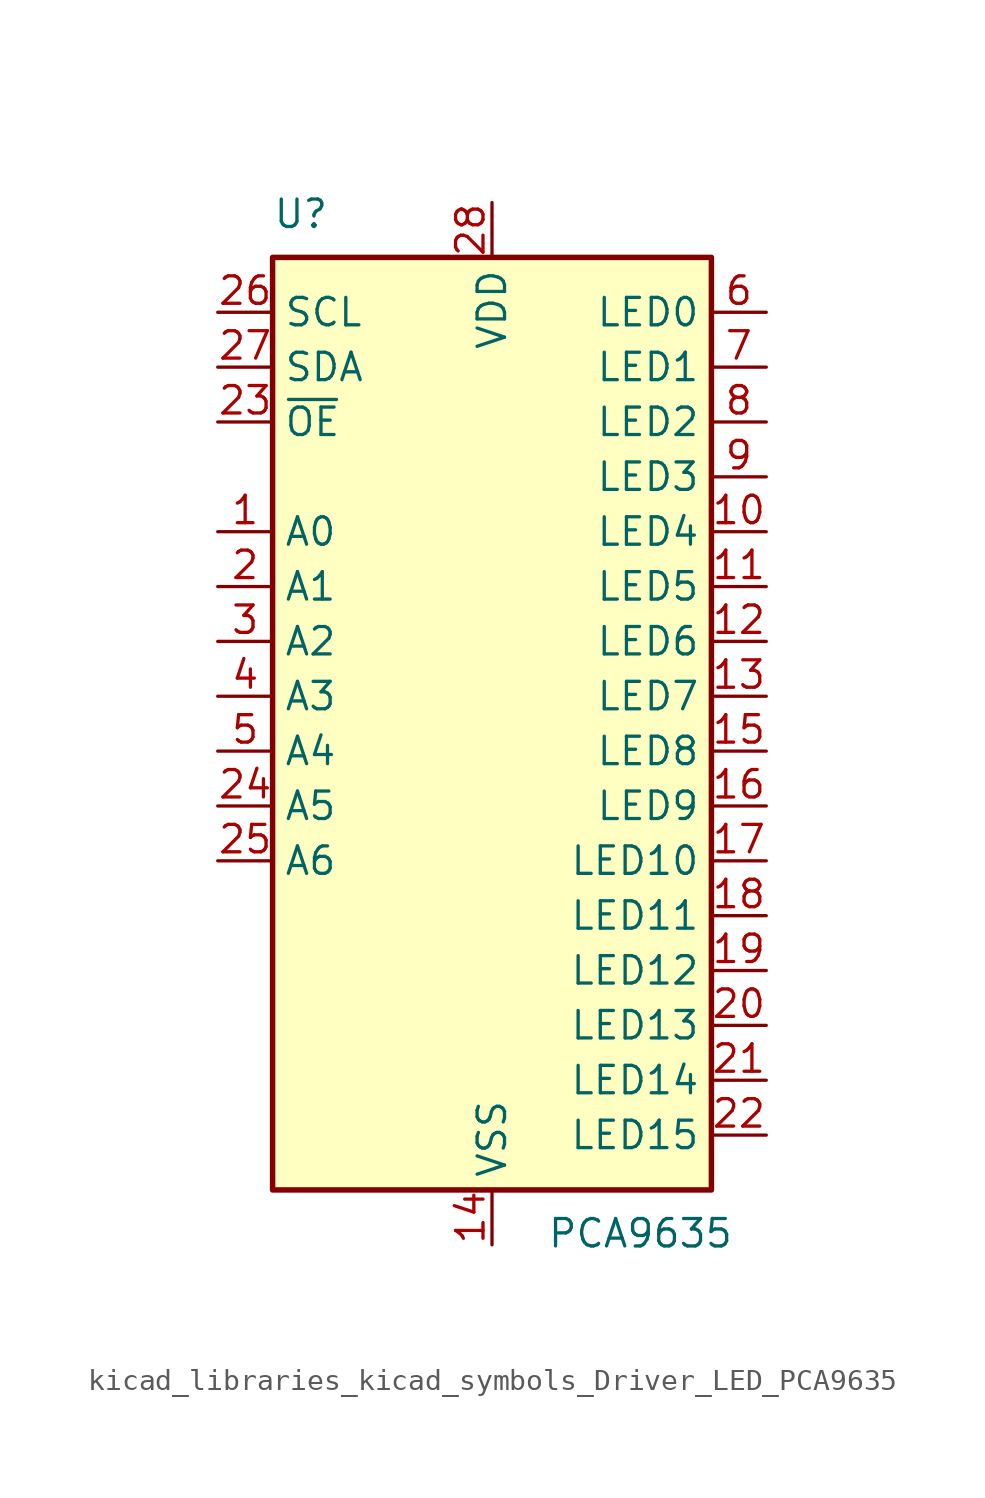
<source format=kicad_sym>
(kicad_symbol_lib
  (version 20220914)
  (generator kicad_symbol_editor)
  (symbol "kicad_libraries_kicad_symbols_Driver_LED_PCA9635"
    (property "Reference" "U"
      (at -10.16 24.13 0)
      (effects (font (size 1.27 1.27)) (justify left bottom)))
    (property "Value" "PCA9635"
      (at 2.54 -21.59 0)
      (effects (font (size 1.27 1.27)) (justify left top)))
    (symbol "kicad_libraries_kicad_symbols_Driver_LED_PCA9635_0_1"
      (rectangle (start -10.16 22.86) (end 10.16 -20.32) (stroke (width 0.254) (type default)) (fill (type background))))
    (symbol "kicad_libraries_kicad_symbols_Driver_LED_PCA9635_1_1"
      (pin input line (at -12.7 10.16 0) (length 2.54) (name "A0" (effects (font (size 1.27 1.27)))) (number "1" (effects (font (size 1.27 1.27)))))
      (pin output line (at 12.7 10.16 180) (length 2.54) (name "LED4" (effects (font (size 1.27 1.27)))) (number "10" (effects (font (size 1.27 1.27)))))
      (pin output line (at 12.7 7.62 180) (length 2.54) (name "LED5" (effects (font (size 1.27 1.27)))) (number "11" (effects (font (size 1.27 1.27)))))
      (pin output line (at 12.7 5.08 180) (length 2.54) (name "LED6" (effects (font (size 1.27 1.27)))) (number "12" (effects (font (size 1.27 1.27)))))
      (pin output line (at 12.7 2.54 180) (length 2.54) (name "LED7" (effects (font (size 1.27 1.27)))) (number "13" (effects (font (size 1.27 1.27)))))
      (pin power_in line (at 0 -22.86 90) (length 2.54) (name "VSS" (effects (font (size 1.27 1.27)))) (number "14" (effects (font (size 1.27 1.27)))))
      (pin output line (at 12.7 0 180) (length 2.54) (name "LED8" (effects (font (size 1.27 1.27)))) (number "15" (effects (font (size 1.27 1.27)))))
      (pin output line (at 12.7 -2.54 180) (length 2.54) (name "LED9" (effects (font (size 1.27 1.27)))) (number "16" (effects (font (size 1.27 1.27)))))
      (pin output line (at 12.7 -5.08 180) (length 2.54) (name "LED10" (effects (font (size 1.27 1.27)))) (number "17" (effects (font (size 1.27 1.27)))))
      (pin output line (at 12.7 -7.62 180) (length 2.54) (name "LED11" (effects (font (size 1.27 1.27)))) (number "18" (effects (font (size 1.27 1.27)))))
      (pin output line (at 12.7 -10.16 180) (length 2.54) (name "LED12" (effects (font (size 1.27 1.27)))) (number "19" (effects (font (size 1.27 1.27)))))
      (pin input line (at -12.7 7.62 0) (length 2.54) (name "A1" (effects (font (size 1.27 1.27)))) (number "2" (effects (font (size 1.27 1.27)))))
      (pin output line (at 12.7 -12.7 180) (length 2.54) (name "LED13" (effects (font (size 1.27 1.27)))) (number "20" (effects (font (size 1.27 1.27)))))
      (pin output line (at 12.7 -15.24 180) (length 2.54) (name "LED14" (effects (font (size 1.27 1.27)))) (number "21" (effects (font (size 1.27 1.27)))))
      (pin output line (at 12.7 -17.78 180) (length 2.54) (name "LED15" (effects (font (size 1.27 1.27)))) (number "22" (effects (font (size 1.27 1.27)))))
      (pin input line (at -12.7 15.24 0) (length 2.54) (name "~{OE}" (effects (font (size 1.27 1.27)))) (number "23" (effects (font (size 1.27 1.27)))))
      (pin input line (at -12.7 -2.54 0) (length 2.54) (name "A5" (effects (font (size 1.27 1.27)))) (number "24" (effects (font (size 1.27 1.27)))))
      (pin input line (at -12.7 -5.08 0) (length 2.54) (name "A6" (effects (font (size 1.27 1.27)))) (number "25" (effects (font (size 1.27 1.27)))))
      (pin input line (at -12.7 20.32 0) (length 2.54) (name "SCL" (effects (font (size 1.27 1.27)))) (number "26" (effects (font (size 1.27 1.27)))))
      (pin bidirectional line (at -12.7 17.78 0) (length 2.54) (name "SDA" (effects (font (size 1.27 1.27)))) (number "27" (effects (font (size 1.27 1.27)))))
      (pin power_in line (at 0 25.4 270) (length 2.54) (name "VDD" (effects (font (size 1.27 1.27)))) (number "28" (effects (font (size 1.27 1.27)))))
      (pin input line (at -12.7 5.08 0) (length 2.54) (name "A2" (effects (font (size 1.27 1.27)))) (number "3" (effects (font (size 1.27 1.27)))))
      (pin input line (at -12.7 2.54 0) (length 2.54) (name "A3" (effects (font (size 1.27 1.27)))) (number "4" (effects (font (size 1.27 1.27)))))
      (pin input line (at -12.7 0 0) (length 2.54) (name "A4" (effects (font (size 1.27 1.27)))) (number "5" (effects (font (size 1.27 1.27)))))
      (pin output line (at 12.7 20.32 180) (length 2.54) (name "LED0" (effects (font (size 1.27 1.27)))) (number "6" (effects (font (size 1.27 1.27)))))
      (pin output line (at 12.7 17.78 180) (length 2.54) (name "LED1" (effects (font (size 1.27 1.27)))) (number "7" (effects (font (size 1.27 1.27)))))
      (pin output line (at 12.7 15.24 180) (length 2.54) (name "LED2" (effects (font (size 1.27 1.27)))) (number "8" (effects (font (size 1.27 1.27)))))
      (pin output line (at 12.7 12.7 180) (length 2.54) (name "LED3" (effects (font (size 1.27 1.27)))) (number "9" (effects (font (size 1.27 1.27))))))))
</source>
